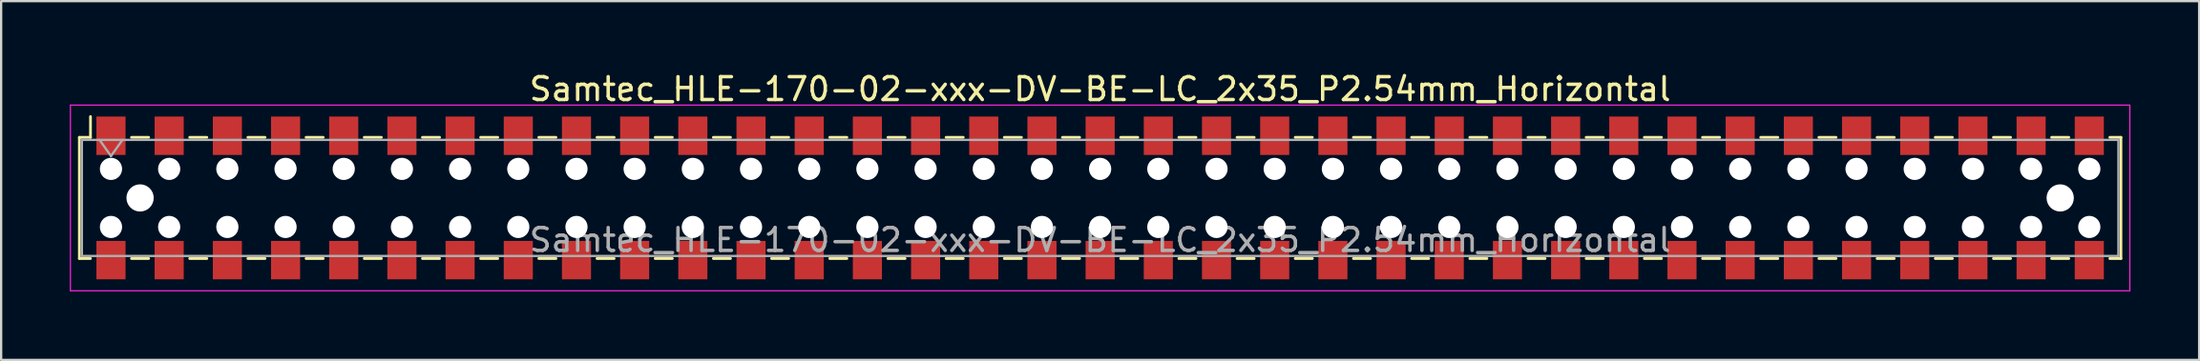
<source format=kicad_pcb>
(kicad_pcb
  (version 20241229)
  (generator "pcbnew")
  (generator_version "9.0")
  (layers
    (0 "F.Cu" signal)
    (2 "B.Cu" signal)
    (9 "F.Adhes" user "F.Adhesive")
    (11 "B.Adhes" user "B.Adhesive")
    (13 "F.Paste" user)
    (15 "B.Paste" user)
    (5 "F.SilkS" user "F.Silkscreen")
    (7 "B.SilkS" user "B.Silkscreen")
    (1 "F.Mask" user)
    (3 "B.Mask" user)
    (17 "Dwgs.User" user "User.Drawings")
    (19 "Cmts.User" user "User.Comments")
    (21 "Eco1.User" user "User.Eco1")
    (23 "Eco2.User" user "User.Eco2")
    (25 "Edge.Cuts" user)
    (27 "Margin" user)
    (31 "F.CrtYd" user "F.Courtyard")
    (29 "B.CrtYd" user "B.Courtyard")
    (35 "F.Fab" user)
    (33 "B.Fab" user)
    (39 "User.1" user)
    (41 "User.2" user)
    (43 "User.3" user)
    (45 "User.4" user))
  (footprint "Samtec_HLE-170-02-xxx-DV-BE-LC_2x35_P2.54mm_Horizontal"
    (layer "F.Cu")
    (at 44.975 5.608)
    (property "Reference" "Samtec_HLE-170-02-xxx-DV-BE-LC_2x35_P2.54mm_Horizontal" (at 0 -4.76 0) (layer "F.SilkS") (effects (font (size 1 1) (thickness 0.15))))
    (attr smd)
    (fp_line (start -44.56 -2.65) (end -44.56 2.65) (stroke (width 0.12) (type solid)) (layer "F.SilkS"))
    (fp_line (start -44.56 2.65) (end -44.075 2.65) (stroke (width 0.12) (type solid)) (layer "F.SilkS"))
    (fp_line (start -44.075 -3.56) (end -44.075 -2.65) (stroke (width 0.12) (type solid)) (layer "F.SilkS"))
    (fp_line (start -44.075 -2.65) (end -44.56 -2.65) (stroke (width 0.12) (type solid)) (layer "F.SilkS"))
    (fp_line (start -42.285 -2.65) (end -41.535 -2.65) (stroke (width 0.12) (type solid)) (layer "F.SilkS"))
    (fp_line (start -42.285 2.65) (end -41.535 2.65) (stroke (width 0.12) (type solid)) (layer "F.SilkS"))
    (fp_line (start -39.745 -2.65) (end -38.995 -2.65) (stroke (width 0.12) (type solid)) (layer "F.SilkS"))
    (fp_line (start -39.745 2.65) (end -38.995 2.65) (stroke (width 0.12) (type solid)) (layer "F.SilkS"))
    (fp_line (start -37.205 -2.65) (end -36.455 -2.65) (stroke (width 0.12) (type solid)) (layer "F.SilkS"))
    (fp_line (start -37.205 2.65) (end -36.455 2.65) (stroke (width 0.12) (type solid)) (layer "F.SilkS"))
    (fp_line (start -34.665 -2.65) (end -33.915 -2.65) (stroke (width 0.12) (type solid)) (layer "F.SilkS"))
    (fp_line (start -34.665 2.65) (end -33.915 2.65) (stroke (width 0.12) (type solid)) (layer "F.SilkS"))
    (fp_line (start -32.125 -2.65) (end -31.375 -2.65) (stroke (width 0.12) (type solid)) (layer "F.SilkS"))
    (fp_line (start -32.125 2.65) (end -31.375 2.65) (stroke (width 0.12) (type solid)) (layer "F.SilkS"))
    (fp_line (start -29.585 -2.65) (end -28.835 -2.65) (stroke (width 0.12) (type solid)) (layer "F.SilkS"))
    (fp_line (start -29.585 2.65) (end -28.835 2.65) (stroke (width 0.12) (type solid)) (layer "F.SilkS"))
    (fp_line (start -27.045 -2.65) (end -26.295 -2.65) (stroke (width 0.12) (type solid)) (layer "F.SilkS"))
    (fp_line (start -27.045 2.65) (end -26.295 2.65) (stroke (width 0.12) (type solid)) (layer "F.SilkS"))
    (fp_line (start -24.505 -2.65) (end -23.755 -2.65) (stroke (width 0.12) (type solid)) (layer "F.SilkS"))
    (fp_line (start -24.505 2.65) (end -23.755 2.65) (stroke (width 0.12) (type solid)) (layer "F.SilkS"))
    (fp_line (start -21.965 -2.65) (end -21.215 -2.65) (stroke (width 0.12) (type solid)) (layer "F.SilkS"))
    (fp_line (start -21.965 2.65) (end -21.215 2.65) (stroke (width 0.12) (type solid)) (layer "F.SilkS"))
    (fp_line (start -19.425 -2.65) (end -18.675 -2.65) (stroke (width 0.12) (type solid)) (layer "F.SilkS"))
    (fp_line (start -19.425 2.65) (end -18.675 2.65) (stroke (width 0.12) (type solid)) (layer "F.SilkS"))
    (fp_line (start -16.885 -2.65) (end -16.135 -2.65) (stroke (width 0.12) (type solid)) (layer "F.SilkS"))
    (fp_line (start -16.885 2.65) (end -16.135 2.65) (stroke (width 0.12) (type solid)) (layer "F.SilkS"))
    (fp_line (start -14.345 -2.65) (end -13.595 -2.65) (stroke (width 0.12) (type solid)) (layer "F.SilkS"))
    (fp_line (start -14.345 2.65) (end -13.595 2.65) (stroke (width 0.12) (type solid)) (layer "F.SilkS"))
    (fp_line (start -11.805 -2.65) (end -11.055 -2.65) (stroke (width 0.12) (type solid)) (layer "F.SilkS"))
    (fp_line (start -11.805 2.65) (end -11.055 2.65) (stroke (width 0.12) (type solid)) (layer "F.SilkS"))
    (fp_line (start -9.265 -2.65) (end -8.515 -2.65) (stroke (width 0.12) (type solid)) (layer "F.SilkS"))
    (fp_line (start -9.265 2.65) (end -8.515 2.65) (stroke (width 0.12) (type solid)) (layer "F.SilkS"))
    (fp_line (start -6.725 -2.65) (end -5.975 -2.65) (stroke (width 0.12) (type solid)) (layer "F.SilkS"))
    (fp_line (start -6.725 2.65) (end -5.975 2.65) (stroke (width 0.12) (type solid)) (layer "F.SilkS"))
    (fp_line (start -4.185 -2.65) (end -3.435 -2.65) (stroke (width 0.12) (type solid)) (layer "F.SilkS"))
    (fp_line (start -4.185 2.65) (end -3.435 2.65) (stroke (width 0.12) (type solid)) (layer "F.SilkS"))
    (fp_line (start -1.645 -2.65) (end -0.895 -2.65) (stroke (width 0.12) (type solid)) (layer "F.SilkS"))
    (fp_line (start -1.645 2.65) (end -0.895 2.65) (stroke (width 0.12) (type solid)) (layer "F.SilkS"))
    (fp_line (start 0.895 -2.65) (end 1.645 -2.65) (stroke (width 0.12) (type solid)) (layer "F.SilkS"))
    (fp_line (start 0.895 2.65) (end 1.645 2.65) (stroke (width 0.12) (type solid)) (layer "F.SilkS"))
    (fp_line (start 3.435 -2.65) (end 4.185 -2.65) (stroke (width 0.12) (type solid)) (layer "F.SilkS"))
    (fp_line (start 3.435 2.65) (end 4.185 2.65) (stroke (width 0.12) (type solid)) (layer "F.SilkS"))
    (fp_line (start 5.975 -2.65) (end 6.725 -2.65) (stroke (width 0.12) (type solid)) (layer "F.SilkS"))
    (fp_line (start 5.975 2.65) (end 6.725 2.65) (stroke (width 0.12) (type solid)) (layer "F.SilkS"))
    (fp_line (start 8.515 -2.65) (end 9.265 -2.65) (stroke (width 0.12) (type solid)) (layer "F.SilkS"))
    (fp_line (start 8.515 2.65) (end 9.265 2.65) (stroke (width 0.12) (type solid)) (layer "F.SilkS"))
    (fp_line (start 11.055 -2.65) (end 11.805 -2.65) (stroke (width 0.12) (type solid)) (layer "F.SilkS"))
    (fp_line (start 11.055 2.65) (end 11.805 2.65) (stroke (width 0.12) (type solid)) (layer "F.SilkS"))
    (fp_line (start 13.595 -2.65) (end 14.345 -2.65) (stroke (width 0.12) (type solid)) (layer "F.SilkS"))
    (fp_line (start 13.595 2.65) (end 14.345 2.65) (stroke (width 0.12) (type solid)) (layer "F.SilkS"))
    (fp_line (start 16.135 -2.65) (end 16.885 -2.65) (stroke (width 0.12) (type solid)) (layer "F.SilkS"))
    (fp_line (start 16.135 2.65) (end 16.885 2.65) (stroke (width 0.12) (type solid)) (layer "F.SilkS"))
    (fp_line (start 18.675 -2.65) (end 19.425 -2.65) (stroke (width 0.12) (type solid)) (layer "F.SilkS"))
    (fp_line (start 18.675 2.65) (end 19.425 2.65) (stroke (width 0.12) (type solid)) (layer "F.SilkS"))
    (fp_line (start 21.215 -2.65) (end 21.965 -2.65) (stroke (width 0.12) (type solid)) (layer "F.SilkS"))
    (fp_line (start 21.215 2.65) (end 21.965 2.65) (stroke (width 0.12) (type solid)) (layer "F.SilkS"))
    (fp_line (start 23.755 -2.65) (end 24.505 -2.65) (stroke (width 0.12) (type solid)) (layer "F.SilkS"))
    (fp_line (start 23.755 2.65) (end 24.505 2.65) (stroke (width 0.12) (type solid)) (layer "F.SilkS"))
    (fp_line (start 26.295 -2.65) (end 27.045 -2.65) (stroke (width 0.12) (type solid)) (layer "F.SilkS"))
    (fp_line (start 26.295 2.65) (end 27.045 2.65) (stroke (width 0.12) (type solid)) (layer "F.SilkS"))
    (fp_line (start 28.835 -2.65) (end 29.585 -2.65) (stroke (width 0.12) (type solid)) (layer "F.SilkS"))
    (fp_line (start 28.835 2.65) (end 29.585 2.65) (stroke (width 0.12) (type solid)) (layer "F.SilkS"))
    (fp_line (start 31.375 -2.65) (end 32.125 -2.65) (stroke (width 0.12) (type solid)) (layer "F.SilkS"))
    (fp_line (start 31.375 2.65) (end 32.125 2.65) (stroke (width 0.12) (type solid)) (layer "F.SilkS"))
    (fp_line (start 33.915 -2.65) (end 34.665 -2.65) (stroke (width 0.12) (type solid)) (layer "F.SilkS"))
    (fp_line (start 33.915 2.65) (end 34.665 2.65) (stroke (width 0.12) (type solid)) (layer "F.SilkS"))
    (fp_line (start 36.455 -2.65) (end 37.205 -2.65) (stroke (width 0.12) (type solid)) (layer "F.SilkS"))
    (fp_line (start 36.455 2.65) (end 37.205 2.65) (stroke (width 0.12) (type solid)) (layer "F.SilkS"))
    (fp_line (start 38.995 -2.65) (end 39.745 -2.65) (stroke (width 0.12) (type solid)) (layer "F.SilkS"))
    (fp_line (start 38.995 2.65) (end 39.745 2.65) (stroke (width 0.12) (type solid)) (layer "F.SilkS"))
    (fp_line (start 41.535 -2.65) (end 42.285 -2.65) (stroke (width 0.12) (type solid)) (layer "F.SilkS"))
    (fp_line (start 41.535 2.65) (end 42.285 2.65) (stroke (width 0.12) (type solid)) (layer "F.SilkS"))
    (fp_line (start 44.075 -2.65) (end 44.56 -2.65) (stroke (width 0.12) (type solid)) (layer "F.SilkS"))
    (fp_line (start 44.56 -2.65) (end 44.56 2.65) (stroke (width 0.12) (type solid)) (layer "F.SilkS"))
    (fp_line (start 44.56 2.65) (end 44.075 2.65) (stroke (width 0.12) (type solid)) (layer "F.SilkS"))
    (fp_line (start -44.95 -4.06) (end 44.95 -4.06) (stroke (width 0.05) (type solid)) (layer "F.CrtYd"))
    (fp_line (start -44.95 4.06) (end -44.95 -4.06) (stroke (width 0.05) (type solid)) (layer "F.CrtYd"))
    (fp_line (start 44.95 -4.06) (end 44.95 4.06) (stroke (width 0.05) (type solid)) (layer "F.CrtYd"))
    (fp_line (start 44.95 4.06) (end -44.95 4.06) (stroke (width 0.05) (type solid)) (layer "F.CrtYd"))
    (fp_line (start -44.45 -2.54) (end 44.45 -2.54) (stroke (width 0.1) (type solid)) (layer "F.Fab"))
    (fp_line (start -44.45 2.54) (end -44.45 -2.54) (stroke (width 0.1) (type solid)) (layer "F.Fab"))
    (fp_line (start -43.68 -2.54) (end -43.18 -1.833) (stroke (width 0.1) (type solid)) (layer "F.Fab"))
    (fp_line (start -43.18 -1.833) (end -42.68 -2.54) (stroke (width 0.1) (type solid)) (layer "F.Fab"))
    (fp_line (start 44.45 -2.54) (end 44.45 2.54) (stroke (width 0.1) (type solid)) (layer "F.Fab"))
    (fp_line (start 44.45 2.54) (end -44.45 2.54) (stroke (width 0.1) (type solid)) (layer "F.Fab"))
    (fp_text user "${REFERENCE}" (at 0 1.84 0) (layer "F.Fab") (effects (font (size 1 1) (thickness 0.15))))
    (pad "" np_thru_hole circle (at -43.18 -1.27) (size 0.97 0.97) (drill 0.97) (layers "*.Cu" "*.Mask"))
    (pad "" np_thru_hole circle (at -43.18 1.27) (size 0.97 0.97) (drill 0.97) (layers "*.Cu" "*.Mask"))
    (pad "" np_thru_hole circle (at -41.91 0) (size 1.19 1.19) (drill 1.19) (layers "*.Cu" "*.Mask"))
    (pad "" np_thru_hole circle (at -40.64 -1.27) (size 0.97 0.97) (drill 0.97) (layers "*.Cu" "*.Mask"))
    (pad "" np_thru_hole circle (at -40.64 1.27) (size 0.97 0.97) (drill 0.97) (layers "*.Cu" "*.Mask"))
    (pad "" np_thru_hole circle (at -38.1 -1.27) (size 0.97 0.97) (drill 0.97) (layers "*.Cu" "*.Mask"))
    (pad "" np_thru_hole circle (at -38.1 1.27) (size 0.97 0.97) (drill 0.97) (layers "*.Cu" "*.Mask"))
    (pad "" np_thru_hole circle (at -35.56 -1.27) (size 0.97 0.97) (drill 0.97) (layers "*.Cu" "*.Mask"))
    (pad "" np_thru_hole circle (at -35.56 1.27) (size 0.97 0.97) (drill 0.97) (layers "*.Cu" "*.Mask"))
    (pad "" np_thru_hole circle (at -33.02 -1.27) (size 0.97 0.97) (drill 0.97) (layers "*.Cu" "*.Mask"))
    (pad "" np_thru_hole circle (at -33.02 1.27) (size 0.97 0.97) (drill 0.97) (layers "*.Cu" "*.Mask"))
    (pad "" np_thru_hole circle (at -30.48 -1.27) (size 0.97 0.97) (drill 0.97) (layers "*.Cu" "*.Mask"))
    (pad "" np_thru_hole circle (at -30.48 1.27) (size 0.97 0.97) (drill 0.97) (layers "*.Cu" "*.Mask"))
    (pad "" np_thru_hole circle (at -27.94 -1.27) (size 0.97 0.97) (drill 0.97) (layers "*.Cu" "*.Mask"))
    (pad "" np_thru_hole circle (at -27.94 1.27) (size 0.97 0.97) (drill 0.97) (layers "*.Cu" "*.Mask"))
    (pad "" np_thru_hole circle (at -25.4 -1.27) (size 0.97 0.97) (drill 0.97) (layers "*.Cu" "*.Mask"))
    (pad "" np_thru_hole circle (at -25.4 1.27) (size 0.97 0.97) (drill 0.97) (layers "*.Cu" "*.Mask"))
    (pad "" np_thru_hole circle (at -22.86 -1.27) (size 0.97 0.97) (drill 0.97) (layers "*.Cu" "*.Mask"))
    (pad "" np_thru_hole circle (at -22.86 1.27) (size 0.97 0.97) (drill 0.97) (layers "*.Cu" "*.Mask"))
    (pad "" np_thru_hole circle (at -20.32 -1.27) (size 0.97 0.97) (drill 0.97) (layers "*.Cu" "*.Mask"))
    (pad "" np_thru_hole circle (at -20.32 1.27) (size 0.97 0.97) (drill 0.97) (layers "*.Cu" "*.Mask"))
    (pad "" np_thru_hole circle (at -17.78 -1.27) (size 0.97 0.97) (drill 0.97) (layers "*.Cu" "*.Mask"))
    (pad "" np_thru_hole circle (at -17.78 1.27) (size 0.97 0.97) (drill 0.97) (layers "*.Cu" "*.Mask"))
    (pad "" np_thru_hole circle (at -15.24 -1.27) (size 0.97 0.97) (drill 0.97) (layers "*.Cu" "*.Mask"))
    (pad "" np_thru_hole circle (at -15.24 1.27) (size 0.97 0.97) (drill 0.97) (layers "*.Cu" "*.Mask"))
    (pad "" np_thru_hole circle (at -12.7 -1.27) (size 0.97 0.97) (drill 0.97) (layers "*.Cu" "*.Mask"))
    (pad "" np_thru_hole circle (at -12.7 1.27) (size 0.97 0.97) (drill 0.97) (layers "*.Cu" "*.Mask"))
    (pad "" np_thru_hole circle (at -10.16 -1.27) (size 0.97 0.97) (drill 0.97) (layers "*.Cu" "*.Mask"))
    (pad "" np_thru_hole circle (at -10.16 1.27) (size 0.97 0.97) (drill 0.97) (layers "*.Cu" "*.Mask"))
    (pad "" np_thru_hole circle (at -7.62 -1.27) (size 0.97 0.97) (drill 0.97) (layers "*.Cu" "*.Mask"))
    (pad "" np_thru_hole circle (at -7.62 1.27) (size 0.97 0.97) (drill 0.97) (layers "*.Cu" "*.Mask"))
    (pad "" np_thru_hole circle (at -5.08 -1.27) (size 0.97 0.97) (drill 0.97) (layers "*.Cu" "*.Mask"))
    (pad "" np_thru_hole circle (at -5.08 1.27) (size 0.97 0.97) (drill 0.97) (layers "*.Cu" "*.Mask"))
    (pad "" np_thru_hole circle (at -2.54 -1.27) (size 0.97 0.97) (drill 0.97) (layers "*.Cu" "*.Mask"))
    (pad "" np_thru_hole circle (at -2.54 1.27) (size 0.97 0.97) (drill 0.97) (layers "*.Cu" "*.Mask"))
    (pad "" np_thru_hole circle (at 0 -1.27) (size 0.97 0.97) (drill 0.97) (layers "*.Cu" "*.Mask"))
    (pad "" np_thru_hole circle (at 0 1.27) (size 0.97 0.97) (drill 0.97) (layers "*.Cu" "*.Mask"))
    (pad "" np_thru_hole circle (at 2.54 -1.27) (size 0.97 0.97) (drill 0.97) (layers "*.Cu" "*.Mask"))
    (pad "" np_thru_hole circle (at 2.54 1.27) (size 0.97 0.97) (drill 0.97) (layers "*.Cu" "*.Mask"))
    (pad "" np_thru_hole circle (at 5.08 -1.27) (size 0.97 0.97) (drill 0.97) (layers "*.Cu" "*.Mask"))
    (pad "" np_thru_hole circle (at 5.08 1.27) (size 0.97 0.97) (drill 0.97) (layers "*.Cu" "*.Mask"))
    (pad "" np_thru_hole circle (at 7.62 -1.27) (size 0.97 0.97) (drill 0.97) (layers "*.Cu" "*.Mask"))
    (pad "" np_thru_hole circle (at 7.62 1.27) (size 0.97 0.97) (drill 0.97) (layers "*.Cu" "*.Mask"))
    (pad "" np_thru_hole circle (at 10.16 -1.27) (size 0.97 0.97) (drill 0.97) (layers "*.Cu" "*.Mask"))
    (pad "" np_thru_hole circle (at 10.16 1.27) (size 0.97 0.97) (drill 0.97) (layers "*.Cu" "*.Mask"))
    (pad "" np_thru_hole circle (at 12.7 -1.27) (size 0.97 0.97) (drill 0.97) (layers "*.Cu" "*.Mask"))
    (pad "" np_thru_hole circle (at 12.7 1.27) (size 0.97 0.97) (drill 0.97) (layers "*.Cu" "*.Mask"))
    (pad "" np_thru_hole circle (at 15.24 -1.27) (size 0.97 0.97) (drill 0.97) (layers "*.Cu" "*.Mask"))
    (pad "" np_thru_hole circle (at 15.24 1.27) (size 0.97 0.97) (drill 0.97) (layers "*.Cu" "*.Mask"))
    (pad "" np_thru_hole circle (at 17.78 -1.27) (size 0.97 0.97) (drill 0.97) (layers "*.Cu" "*.Mask"))
    (pad "" np_thru_hole circle (at 17.78 1.27) (size 0.97 0.97) (drill 0.97) (layers "*.Cu" "*.Mask"))
    (pad "" np_thru_hole circle (at 20.32 -1.27) (size 0.97 0.97) (drill 0.97) (layers "*.Cu" "*.Mask"))
    (pad "" np_thru_hole circle (at 20.32 1.27) (size 0.97 0.97) (drill 0.97) (layers "*.Cu" "*.Mask"))
    (pad "" np_thru_hole circle (at 22.86 -1.27) (size 0.97 0.97) (drill 0.97) (layers "*.Cu" "*.Mask"))
    (pad "" np_thru_hole circle (at 22.86 1.27) (size 0.97 0.97) (drill 0.97) (layers "*.Cu" "*.Mask"))
    (pad "" np_thru_hole circle (at 25.4 -1.27) (size 0.97 0.97) (drill 0.97) (layers "*.Cu" "*.Mask"))
    (pad "" np_thru_hole circle (at 25.4 1.27) (size 0.97 0.97) (drill 0.97) (layers "*.Cu" "*.Mask"))
    (pad "" np_thru_hole circle (at 27.94 -1.27) (size 0.97 0.97) (drill 0.97) (layers "*.Cu" "*.Mask"))
    (pad "" np_thru_hole circle (at 27.94 1.27) (size 0.97 0.97) (drill 0.97) (layers "*.Cu" "*.Mask"))
    (pad "" np_thru_hole circle (at 30.48 -1.27) (size 0.97 0.97) (drill 0.97) (layers "*.Cu" "*.Mask"))
    (pad "" np_thru_hole circle (at 30.48 1.27) (size 0.97 0.97) (drill 0.97) (layers "*.Cu" "*.Mask"))
    (pad "" np_thru_hole circle (at 33.02 -1.27) (size 0.97 0.97) (drill 0.97) (layers "*.Cu" "*.Mask"))
    (pad "" np_thru_hole circle (at 33.02 1.27) (size 0.97 0.97) (drill 0.97) (layers "*.Cu" "*.Mask"))
    (pad "" np_thru_hole circle (at 35.56 -1.27) (size 0.97 0.97) (drill 0.97) (layers "*.Cu" "*.Mask"))
    (pad "" np_thru_hole circle (at 35.56 1.27) (size 0.97 0.97) (drill 0.97) (layers "*.Cu" "*.Mask"))
    (pad "" np_thru_hole circle (at 38.1 -1.27) (size 0.97 0.97) (drill 0.97) (layers "*.Cu" "*.Mask"))
    (pad "" np_thru_hole circle (at 38.1 1.27) (size 0.97 0.97) (drill 0.97) (layers "*.Cu" "*.Mask"))
    (pad "" np_thru_hole circle (at 40.64 -1.27) (size 0.97 0.97) (drill 0.97) (layers "*.Cu" "*.Mask"))
    (pad "" np_thru_hole circle (at 40.64 1.27) (size 0.97 0.97) (drill 0.97) (layers "*.Cu" "*.Mask"))
    (pad "" np_thru_hole circle (at 41.91 0) (size 1.19 1.19) (drill 1.19) (layers "*.Cu" "*.Mask"))
    (pad "" np_thru_hole circle (at 43.18 -1.27) (size 0.97 0.97) (drill 0.97) (layers "*.Cu" "*.Mask"))
    (pad "" np_thru_hole circle (at 43.18 1.27) (size 0.97 0.97) (drill 0.97) (layers "*.Cu" "*.Mask"))
    (pad "1" smd rect (at -43.18 -2.72) (size 1.27 1.68) (layers "F.Cu" "F.Mask" "F.Paste"))
    (pad "2" smd rect (at -43.18 2.72) (size 1.27 1.68) (layers "F.Cu" "F.Mask" "F.Paste"))
    (pad "3" smd rect (at -40.64 -2.72) (size 1.27 1.68) (layers "F.Cu" "F.Mask" "F.Paste"))
    (pad "4" smd rect (at -40.64 2.72) (size 1.27 1.68) (layers "F.Cu" "F.Mask" "F.Paste"))
    (pad "5" smd rect (at -38.1 -2.72) (size 1.27 1.68) (layers "F.Cu" "F.Mask" "F.Paste"))
    (pad "6" smd rect (at -38.1 2.72) (size 1.27 1.68) (layers "F.Cu" "F.Mask" "F.Paste"))
    (pad "7" smd rect (at -35.56 -2.72) (size 1.27 1.68) (layers "F.Cu" "F.Mask" "F.Paste"))
    (pad "8" smd rect (at -35.56 2.72) (size 1.27 1.68) (layers "F.Cu" "F.Mask" "F.Paste"))
    (pad "9" smd rect (at -33.02 -2.72) (size 1.27 1.68) (layers "F.Cu" "F.Mask" "F.Paste"))
    (pad "10" smd rect (at -33.02 2.72) (size 1.27 1.68) (layers "F.Cu" "F.Mask" "F.Paste"))
    (pad "11" smd rect (at -30.48 -2.72) (size 1.27 1.68) (layers "F.Cu" "F.Mask" "F.Paste"))
    (pad "12" smd rect (at -30.48 2.72) (size 1.27 1.68) (layers "F.Cu" "F.Mask" "F.Paste"))
    (pad "13" smd rect (at -27.94 -2.72) (size 1.27 1.68) (layers "F.Cu" "F.Mask" "F.Paste"))
    (pad "14" smd rect (at -27.94 2.72) (size 1.27 1.68) (layers "F.Cu" "F.Mask" "F.Paste"))
    (pad "15" smd rect (at -25.4 -2.72) (size 1.27 1.68) (layers "F.Cu" "F.Mask" "F.Paste"))
    (pad "16" smd rect (at -25.4 2.72) (size 1.27 1.68) (layers "F.Cu" "F.Mask" "F.Paste"))
    (pad "17" smd rect (at -22.86 -2.72) (size 1.27 1.68) (layers "F.Cu" "F.Mask" "F.Paste"))
    (pad "18" smd rect (at -22.86 2.72) (size 1.27 1.68) (layers "F.Cu" "F.Mask" "F.Paste"))
    (pad "19" smd rect (at -20.32 -2.72) (size 1.27 1.68) (layers "F.Cu" "F.Mask" "F.Paste"))
    (pad "20" smd rect (at -20.32 2.72) (size 1.27 1.68) (layers "F.Cu" "F.Mask" "F.Paste"))
    (pad "21" smd rect (at -17.78 -2.72) (size 1.27 1.68) (layers "F.Cu" "F.Mask" "F.Paste"))
    (pad "22" smd rect (at -17.78 2.72) (size 1.27 1.68) (layers "F.Cu" "F.Mask" "F.Paste"))
    (pad "23" smd rect (at -15.24 -2.72) (size 1.27 1.68) (layers "F.Cu" "F.Mask" "F.Paste"))
    (pad "24" smd rect (at -15.24 2.72) (size 1.27 1.68) (layers "F.Cu" "F.Mask" "F.Paste"))
    (pad "25" smd rect (at -12.7 -2.72) (size 1.27 1.68) (layers "F.Cu" "F.Mask" "F.Paste"))
    (pad "26" smd rect (at -12.7 2.72) (size 1.27 1.68) (layers "F.Cu" "F.Mask" "F.Paste"))
    (pad "27" smd rect (at -10.16 -2.72) (size 1.27 1.68) (layers "F.Cu" "F.Mask" "F.Paste"))
    (pad "28" smd rect (at -10.16 2.72) (size 1.27 1.68) (layers "F.Cu" "F.Mask" "F.Paste"))
    (pad "29" smd rect (at -7.62 -2.72) (size 1.27 1.68) (layers "F.Cu" "F.Mask" "F.Paste"))
    (pad "30" smd rect (at -7.62 2.72) (size 1.27 1.68) (layers "F.Cu" "F.Mask" "F.Paste"))
    (pad "31" smd rect (at -5.08 -2.72) (size 1.27 1.68) (layers "F.Cu" "F.Mask" "F.Paste"))
    (pad "32" smd rect (at -5.08 2.72) (size 1.27 1.68) (layers "F.Cu" "F.Mask" "F.Paste"))
    (pad "33" smd rect (at -2.54 -2.72) (size 1.27 1.68) (layers "F.Cu" "F.Mask" "F.Paste"))
    (pad "34" smd rect (at -2.54 2.72) (size 1.27 1.68) (layers "F.Cu" "F.Mask" "F.Paste"))
    (pad "35" smd rect (at 0 -2.72) (size 1.27 1.68) (layers "F.Cu" "F.Mask" "F.Paste"))
    (pad "36" smd rect (at 0 2.72) (size 1.27 1.68) (layers "F.Cu" "F.Mask" "F.Paste"))
    (pad "37" smd rect (at 2.54 -2.72) (size 1.27 1.68) (layers "F.Cu" "F.Mask" "F.Paste"))
    (pad "38" smd rect (at 2.54 2.72) (size 1.27 1.68) (layers "F.Cu" "F.Mask" "F.Paste"))
    (pad "39" smd rect (at 5.08 -2.72) (size 1.27 1.68) (layers "F.Cu" "F.Mask" "F.Paste"))
    (pad "40" smd rect (at 5.08 2.72) (size 1.27 1.68) (layers "F.Cu" "F.Mask" "F.Paste"))
    (pad "41" smd rect (at 7.62 -2.72) (size 1.27 1.68) (layers "F.Cu" "F.Mask" "F.Paste"))
    (pad "42" smd rect (at 7.62 2.72) (size 1.27 1.68) (layers "F.Cu" "F.Mask" "F.Paste"))
    (pad "43" smd rect (at 10.16 -2.72) (size 1.27 1.68) (layers "F.Cu" "F.Mask" "F.Paste"))
    (pad "44" smd rect (at 10.16 2.72) (size 1.27 1.68) (layers "F.Cu" "F.Mask" "F.Paste"))
    (pad "45" smd rect (at 12.7 -2.72) (size 1.27 1.68) (layers "F.Cu" "F.Mask" "F.Paste"))
    (pad "46" smd rect (at 12.7 2.72) (size 1.27 1.68) (layers "F.Cu" "F.Mask" "F.Paste"))
    (pad "47" smd rect (at 15.24 -2.72) (size 1.27 1.68) (layers "F.Cu" "F.Mask" "F.Paste"))
    (pad "48" smd rect (at 15.24 2.72) (size 1.27 1.68) (layers "F.Cu" "F.Mask" "F.Paste"))
    (pad "49" smd rect (at 17.78 -2.72) (size 1.27 1.68) (layers "F.Cu" "F.Mask" "F.Paste"))
    (pad "50" smd rect (at 17.78 2.72) (size 1.27 1.68) (layers "F.Cu" "F.Mask" "F.Paste"))
    (pad "51" smd rect (at 20.32 -2.72) (size 1.27 1.68) (layers "F.Cu" "F.Mask" "F.Paste"))
    (pad "52" smd rect (at 20.32 2.72) (size 1.27 1.68) (layers "F.Cu" "F.Mask" "F.Paste"))
    (pad "53" smd rect (at 22.86 -2.72) (size 1.27 1.68) (layers "F.Cu" "F.Mask" "F.Paste"))
    (pad "54" smd rect (at 22.86 2.72) (size 1.27 1.68) (layers "F.Cu" "F.Mask" "F.Paste"))
    (pad "55" smd rect (at 25.4 -2.72) (size 1.27 1.68) (layers "F.Cu" "F.Mask" "F.Paste"))
    (pad "56" smd rect (at 25.4 2.72) (size 1.27 1.68) (layers "F.Cu" "F.Mask" "F.Paste"))
    (pad "57" smd rect (at 27.94 -2.72) (size 1.27 1.68) (layers "F.Cu" "F.Mask" "F.Paste"))
    (pad "58" smd rect (at 27.94 2.72) (size 1.27 1.68) (layers "F.Cu" "F.Mask" "F.Paste"))
    (pad "59" smd rect (at 30.48 -2.72) (size 1.27 1.68) (layers "F.Cu" "F.Mask" "F.Paste"))
    (pad "60" smd rect (at 30.48 2.72) (size 1.27 1.68) (layers "F.Cu" "F.Mask" "F.Paste"))
    (pad "61" smd rect (at 33.02 -2.72) (size 1.27 1.68) (layers "F.Cu" "F.Mask" "F.Paste"))
    (pad "62" smd rect (at 33.02 2.72) (size 1.27 1.68) (layers "F.Cu" "F.Mask" "F.Paste"))
    (pad "63" smd rect (at 35.56 -2.72) (size 1.27 1.68) (layers "F.Cu" "F.Mask" "F.Paste"))
    (pad "64" smd rect (at 35.56 2.72) (size 1.27 1.68) (layers "F.Cu" "F.Mask" "F.Paste"))
    (pad "65" smd rect (at 38.1 -2.72) (size 1.27 1.68) (layers "F.Cu" "F.Mask" "F.Paste"))
    (pad "66" smd rect (at 38.1 2.72) (size 1.27 1.68) (layers "F.Cu" "F.Mask" "F.Paste"))
    (pad "67" smd rect (at 40.64 -2.72) (size 1.27 1.68) (layers "F.Cu" "F.Mask" "F.Paste"))
    (pad "68" smd rect (at 40.64 2.72) (size 1.27 1.68) (layers "F.Cu" "F.Mask" "F.Paste"))
    (pad "69" smd rect (at 43.18 -2.72) (size 1.27 1.68) (layers "F.Cu" "F.Mask" "F.Paste"))
    (pad "70" smd rect (at 43.18 2.72) (size 1.27 1.68) (layers "F.Cu" "F.Mask" "F.Paste")))
  (gr_rect
    (start -3 -3)
    (end 92.95 12.693)
    (stroke (width 0.1) (type default))
    (fill no)
    (layer "Edge.Cuts")))
</source>
